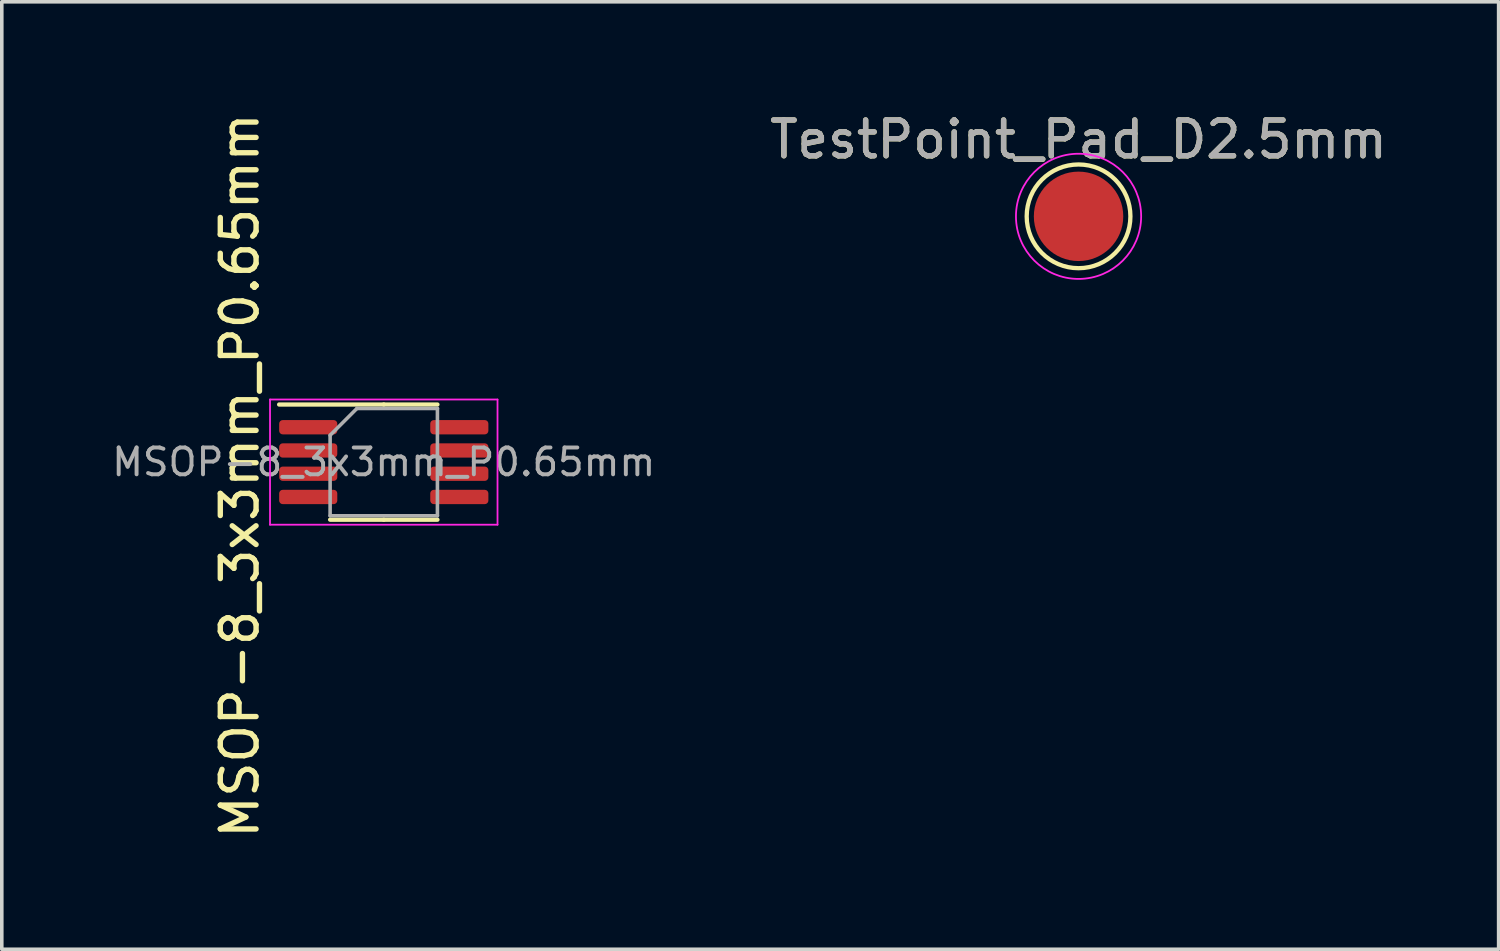
<source format=kicad_pcb>
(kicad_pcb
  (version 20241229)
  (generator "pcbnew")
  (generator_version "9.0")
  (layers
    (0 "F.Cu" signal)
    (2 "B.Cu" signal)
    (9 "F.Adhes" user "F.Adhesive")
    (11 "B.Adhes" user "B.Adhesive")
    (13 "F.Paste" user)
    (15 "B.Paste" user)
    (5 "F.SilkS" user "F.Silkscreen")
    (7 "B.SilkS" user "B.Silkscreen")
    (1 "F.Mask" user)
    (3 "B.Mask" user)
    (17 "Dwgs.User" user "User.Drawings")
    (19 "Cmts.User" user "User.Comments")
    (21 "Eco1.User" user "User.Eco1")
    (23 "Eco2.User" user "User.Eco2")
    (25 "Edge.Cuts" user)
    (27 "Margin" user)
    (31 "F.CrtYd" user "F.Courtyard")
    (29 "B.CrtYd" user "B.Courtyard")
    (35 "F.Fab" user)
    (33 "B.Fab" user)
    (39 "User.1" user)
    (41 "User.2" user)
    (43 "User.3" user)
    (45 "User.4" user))
  (footprint "TestPoint_Pad_D2.5mm"
    (layer "F.Cu")
    (at 27.103 2.998)
    (property "Reference" "TestPoint_Pad_D2.5mm" (at 0 -2.148 0) (layer "F.SilkS") (effects (font (size 1 1) (thickness 0.15))))
    (attr exclude_from_pos_files)
    (fp_circle (center 0 0) (end 0 1.45) (stroke (width 0.12) (type solid)) (fill no) (layer "F.SilkS"))
    (fp_circle (center 0 0) (end 1.75 0) (stroke (width 0.05) (type solid)) (fill no) (layer "F.CrtYd"))
    (fp_text user "${REFERENCE}" (at 0 -2.15 0) (layer "F.Fab") (effects (font (size 1 1) (thickness 0.15))))
    (pad "1" smd circle (at 0 0 180) (size 2.5 2.5) (layers "F.Cu" "F.Mask")))
  (footprint "MSOP-8_3x3mm_P0.65mm"
    (layer "F.Cu")
    (at 7.679 9.869)
    (property "Reference" "MSOP-8_3x3mm_P0.65mm" (at -4.025 0.375 90) (layer "F.SilkS") (effects (font (size 1 1) (thickness 0.15))))
    (attr smd)
    (fp_line (start 0 -1.61) (end -2.925 -1.61) (stroke (width 0.12) (type solid)) (layer "F.SilkS"))
    (fp_line (start 0 -1.61) (end 1.5 -1.61) (stroke (width 0.12) (type solid)) (layer "F.SilkS"))
    (fp_line (start 0 1.61) (end -1.5 1.61) (stroke (width 0.12) (type solid)) (layer "F.SilkS"))
    (fp_line (start 0 1.61) (end 1.5 1.61) (stroke (width 0.12) (type solid)) (layer "F.SilkS"))
    (fp_line (start -3.18 -1.75) (end -3.18 1.75) (stroke (width 0.05) (type solid)) (layer "F.CrtYd"))
    (fp_line (start -3.18 1.75) (end 3.18 1.75) (stroke (width 0.05) (type solid)) (layer "F.CrtYd"))
    (fp_line (start 3.18 -1.75) (end -3.18 -1.75) (stroke (width 0.05) (type solid)) (layer "F.CrtYd"))
    (fp_line (start 3.18 1.75) (end 3.18 -1.75) (stroke (width 0.05) (type solid)) (layer "F.CrtYd"))
    (fp_line (start -1.5 -0.75) (end -0.75 -1.5) (stroke (width 0.1) (type solid)) (layer "F.Fab"))
    (fp_line (start -1.5 1.5) (end -1.5 -0.75) (stroke (width 0.1) (type solid)) (layer "F.Fab"))
    (fp_line (start -0.75 -1.5) (end 1.5 -1.5) (stroke (width 0.1) (type solid)) (layer "F.Fab"))
    (fp_line (start 1.5 -1.5) (end 1.5 1.5) (stroke (width 0.1) (type solid)) (layer "F.Fab"))
    (fp_line (start 1.5 1.5) (end -1.5 1.5) (stroke (width 0.1) (type solid)) (layer "F.Fab"))
    (fp_text user "${REFERENCE}" (at 0 0 0) (layer "F.Fab") (effects (font (size 0.75 0.75) (thickness 0.11))))
    (pad "1" smd roundrect (at -2.112 -0.975) (size 1.625 0.4) (layers "F.Cu" "F.Mask" "F.Paste") (roundrect_rratio 0.25))
    (pad "2" smd roundrect (at -2.112 -0.325) (size 1.625 0.4) (layers "F.Cu" "F.Mask" "F.Paste") (roundrect_rratio 0.25))
    (pad "3" smd roundrect (at -2.112 0.325) (size 1.625 0.4) (layers "F.Cu" "F.Mask" "F.Paste") (roundrect_rratio 0.25))
    (pad "4" smd roundrect (at -2.112 0.975) (size 1.625 0.4) (layers "F.Cu" "F.Mask" "F.Paste") (roundrect_rratio 0.25))
    (pad "5" smd roundrect (at 2.112 0.975) (size 1.625 0.4) (layers "F.Cu" "F.Mask" "F.Paste") (roundrect_rratio 0.25))
    (pad "6" smd roundrect (at 2.112 0.325) (size 1.625 0.4) (layers "F.Cu" "F.Mask" "F.Paste") (roundrect_rratio 0.25))
    (pad "7" smd roundrect (at 2.112 -0.325) (size 1.625 0.4) (layers "F.Cu" "F.Mask" "F.Paste") (roundrect_rratio 0.25))
    (pad "8" smd roundrect (at 2.112 -0.975) (size 1.625 0.4) (layers "F.Cu" "F.Mask" "F.Paste") (roundrect_rratio 0.25)))
  (gr_rect
    (start -3 -3)
    (end 38.847 23.488)
    (stroke (width 0.1) (type default))
    (fill no)
    (layer "Edge.Cuts")))
</source>
